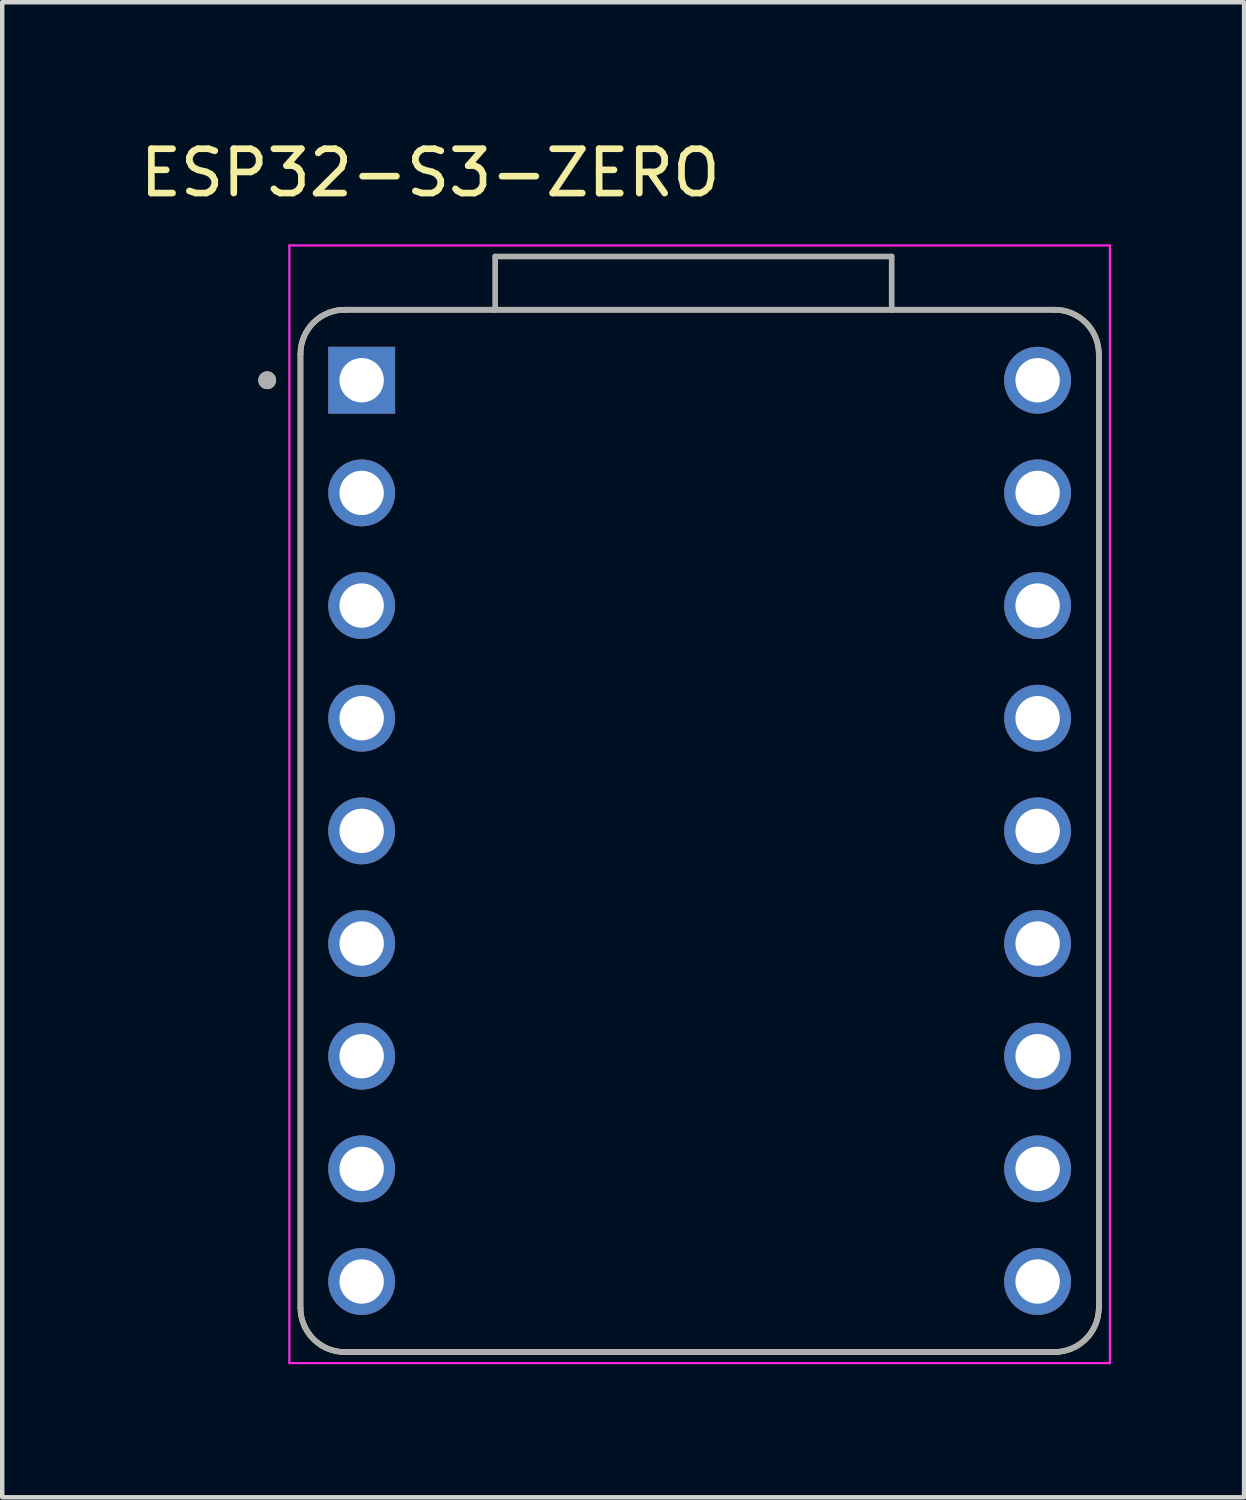
<source format=kicad_pcb>
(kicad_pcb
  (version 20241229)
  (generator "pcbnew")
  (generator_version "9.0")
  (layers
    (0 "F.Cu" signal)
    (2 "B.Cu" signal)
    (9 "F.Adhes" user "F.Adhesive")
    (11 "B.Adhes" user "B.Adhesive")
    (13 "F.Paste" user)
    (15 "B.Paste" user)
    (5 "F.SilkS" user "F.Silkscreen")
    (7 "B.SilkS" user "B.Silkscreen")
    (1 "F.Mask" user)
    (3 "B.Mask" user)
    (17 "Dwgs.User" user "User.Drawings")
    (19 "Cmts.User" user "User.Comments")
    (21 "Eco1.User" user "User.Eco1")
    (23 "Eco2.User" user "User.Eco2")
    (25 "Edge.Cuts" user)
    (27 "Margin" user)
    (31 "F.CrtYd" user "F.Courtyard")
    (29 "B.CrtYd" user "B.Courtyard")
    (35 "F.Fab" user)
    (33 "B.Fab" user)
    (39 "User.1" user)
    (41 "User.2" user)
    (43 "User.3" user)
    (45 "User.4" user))
  (footprint "ESP32-S3-ZERO"
    (layer "F.Cu")
    (at 12.724 15.683)
    (property "Reference" "ESP32-S3-ZERO" (at -6.075 -14.835 0) (layer "F.SilkS") (effects (font (size 1 1) (thickness 0.15))))
    (attr through_hole)
    (fp_line (start -9 10.75) (end -9 -10.75) (stroke (width 0.127) (type solid)) (layer "F.SilkS"))
    (fp_line (start -8 -11.75) (end -4.61 -11.75) (stroke (width 0.127) (type solid)) (layer "F.SilkS"))
    (fp_line (start -4.61 -11.75) (end 4.33 -11.75) (stroke (width 0.127) (type solid)) (layer "F.SilkS"))
    (fp_line (start 4.33 -11.75) (end 8 -11.75) (stroke (width 0.127) (type solid)) (layer "F.SilkS"))
    (fp_line (start 8 11.75) (end -8 11.75) (stroke (width 0.127) (type solid)) (layer "F.SilkS"))
    (fp_line (start 9 -10.75) (end 9 10.75) (stroke (width 0.127) (type solid)) (layer "F.SilkS"))
    (fp_arc (start -9 -10.75) (mid -8.707107 -11.457107) (end -8 -11.75) (stroke (width 0.127) (type solid)) (layer "F.SilkS"))
    (fp_arc (start -8 11.75) (mid -8.707107 11.457107) (end -9 10.75) (stroke (width 0.127) (type solid)) (layer "F.SilkS"))
    (fp_arc (start 8 -11.75) (mid 8.707107 -11.457107) (end 9 -10.75) (stroke (width 0.127) (type solid)) (layer "F.SilkS"))
    (fp_arc (start 9 10.75) (mid 8.707107 11.457107) (end 8 11.75) (stroke (width 0.127) (type solid)) (layer "F.SilkS"))
    (fp_circle (center -9.75 -10.16) (end -9.65 -10.16) (stroke (width 0.2) (type solid)) (fill no) (layer "F.SilkS"))
    (fp_line (start -9.25 -13.2) (end -9.25 12) (stroke (width 0.05) (type solid)) (layer "F.CrtYd"))
    (fp_line (start -9.25 12) (end 9.25 12) (stroke (width 0.05) (type solid)) (layer "F.CrtYd"))
    (fp_line (start 9.25 -13.2) (end -9.25 -13.2) (stroke (width 0.05) (type solid)) (layer "F.CrtYd"))
    (fp_line (start 9.25 12) (end 9.25 -13.2) (stroke (width 0.05) (type solid)) (layer "F.CrtYd"))
    (fp_line (start -9 10.75) (end -9 -10.75) (stroke (width 0.127) (type solid)) (layer "F.Fab"))
    (fp_line (start -8 -11.75) (end -4.61 -11.75) (stroke (width 0.127) (type solid)) (layer "F.Fab"))
    (fp_line (start -4.61 -12.95) (end 4.33 -12.95) (stroke (width 0.127) (type solid)) (layer "F.Fab"))
    (fp_line (start -4.61 -11.75) (end -4.61 -12.95) (stroke (width 0.127) (type solid)) (layer "F.Fab"))
    (fp_line (start -4.61 -11.75) (end 4.33 -11.75) (stroke (width 0.127) (type solid)) (layer "F.Fab"))
    (fp_line (start 4.33 -12.95) (end 4.33 -11.75) (stroke (width 0.127) (type solid)) (layer "F.Fab"))
    (fp_line (start 4.33 -11.75) (end 8 -11.75) (stroke (width 0.127) (type solid)) (layer "F.Fab"))
    (fp_line (start 8 11.75) (end -8 11.75) (stroke (width 0.127) (type solid)) (layer "F.Fab"))
    (fp_line (start 9 -10.75) (end 9 10.75) (stroke (width 0.127) (type solid)) (layer "F.Fab"))
    (fp_arc (start -9 -10.75) (mid -8.707107 -11.457107) (end -8 -11.75) (stroke (width 0.127) (type solid)) (layer "F.Fab"))
    (fp_arc (start -8 11.75) (mid -8.707107 11.457107) (end -9 10.75) (stroke (width 0.127) (type solid)) (layer "F.Fab"))
    (fp_arc (start 8 -11.75) (mid 8.707107 -11.457107) (end 9 -10.75) (stroke (width 0.127) (type solid)) (layer "F.Fab"))
    (fp_arc (start 9 10.75) (mid 8.707107 11.457107) (end 8 11.75) (stroke (width 0.127) (type solid)) (layer "F.Fab"))
    (fp_circle (center -9.75 -10.16) (end -9.65 -10.16) (stroke (width 0.2) (type solid)) (fill no) (layer "F.Fab"))
    (pad "1" thru_hole circle (at -7.62 -2.54) (size 1.508 1.508) (drill 1) (layers "*.Cu" "*.Mask"))
    (pad "2" thru_hole circle (at -7.62 0) (size 1.508 1.508) (drill 1) (layers "*.Cu" "*.Mask"))
    (pad "3" thru_hole circle (at -7.62 2.54) (size 1.508 1.508) (drill 1) (layers "*.Cu" "*.Mask"))
    (pad "3V3" thru_hole circle (at -7.62 -5.08) (size 1.508 1.508) (drill 1) (layers "*.Cu" "*.Mask"))
    (pad "4" thru_hole circle (at -7.62 5.08) (size 1.508 1.508) (drill 1) (layers "*.Cu" "*.Mask"))
    (pad "5" thru_hole circle (at -7.62 7.62) (size 1.508 1.508) (drill 1) (layers "*.Cu" "*.Mask"))
    (pad "5V" thru_hole rect (at -7.62 -10.16) (size 1.508 1.508) (drill 1) (layers "*.Cu" "*.Mask"))
    (pad "6" thru_hole circle (at -7.62 10.16) (size 1.508 1.508) (drill 1) (layers "*.Cu" "*.Mask"))
    (pad "7" thru_hole circle (at 7.62 10.16) (size 1.508 1.508) (drill 1) (layers "*.Cu" "*.Mask"))
    (pad "8" thru_hole circle (at 7.62 7.62) (size 1.508 1.508) (drill 1) (layers "*.Cu" "*.Mask"))
    (pad "9" thru_hole circle (at 7.62 5.08) (size 1.508 1.508) (drill 1) (layers "*.Cu" "*.Mask"))
    (pad "10" thru_hole circle (at 7.62 2.54) (size 1.508 1.508) (drill 1) (layers "*.Cu" "*.Mask"))
    (pad "11" thru_hole circle (at 7.62 0) (size 1.508 1.508) (drill 1) (layers "*.Cu" "*.Mask"))
    (pad "12" thru_hole circle (at 7.62 -2.54) (size 1.508 1.508) (drill 1) (layers "*.Cu" "*.Mask"))
    (pad "13" thru_hole circle (at 7.62 -5.08) (size 1.508 1.508) (drill 1) (layers "*.Cu" "*.Mask"))
    (pad "GND" thru_hole circle (at -7.62 -7.62) (size 1.508 1.508) (drill 1) (layers "*.Cu" "*.Mask"))
    (pad "RX" thru_hole circle (at 7.62 -7.62) (size 1.508 1.508) (drill 1) (layers "*.Cu" "*.Mask"))
    (pad "TX" thru_hole circle (at 7.62 -10.16) (size 1.508 1.508) (drill 1) (layers "*.Cu" "*.Mask")))
  (gr_rect
    (start -3 -3)
    (end 24.999 30.708)
    (stroke (width 0.1) (type default))
    (fill no)
    (layer "Edge.Cuts")))
</source>
